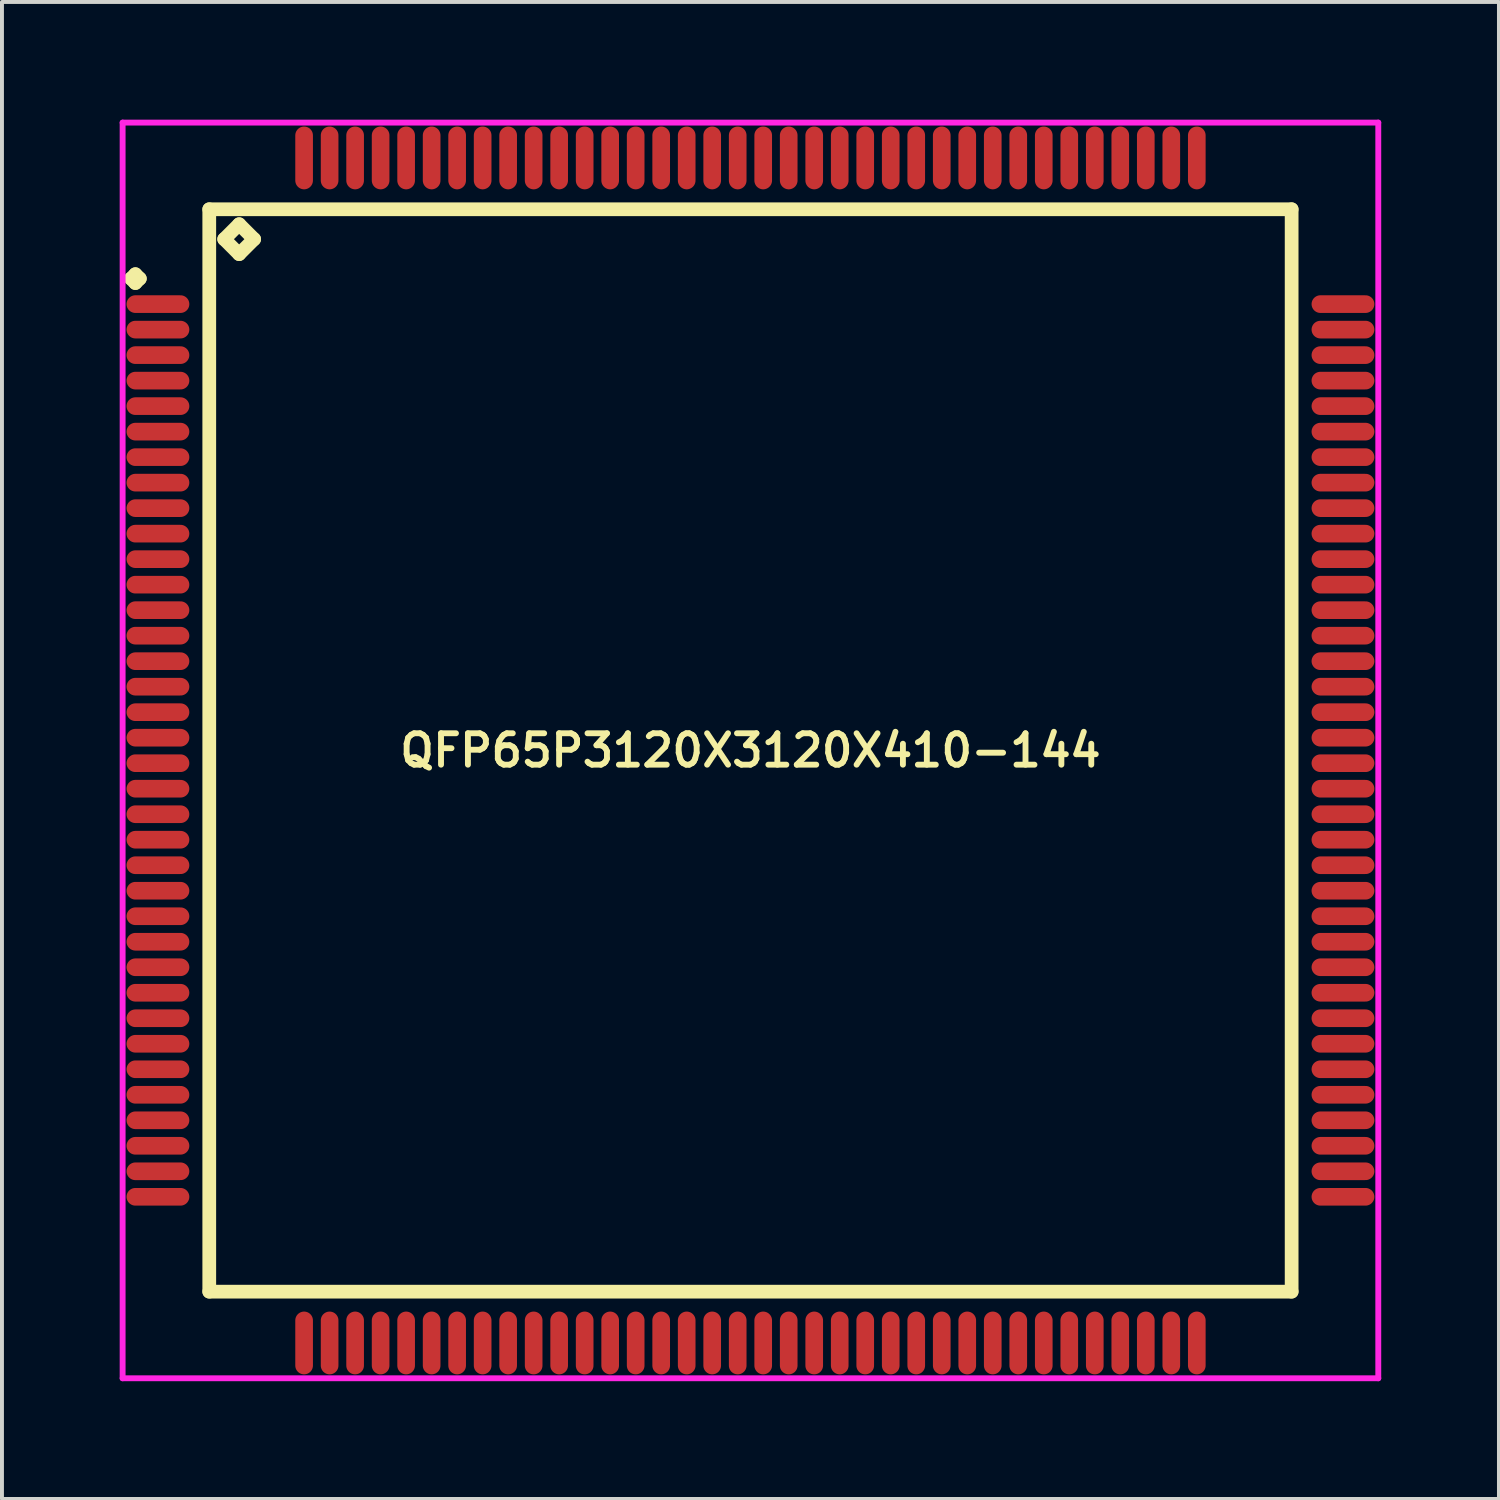
<source format=kicad_pcb>
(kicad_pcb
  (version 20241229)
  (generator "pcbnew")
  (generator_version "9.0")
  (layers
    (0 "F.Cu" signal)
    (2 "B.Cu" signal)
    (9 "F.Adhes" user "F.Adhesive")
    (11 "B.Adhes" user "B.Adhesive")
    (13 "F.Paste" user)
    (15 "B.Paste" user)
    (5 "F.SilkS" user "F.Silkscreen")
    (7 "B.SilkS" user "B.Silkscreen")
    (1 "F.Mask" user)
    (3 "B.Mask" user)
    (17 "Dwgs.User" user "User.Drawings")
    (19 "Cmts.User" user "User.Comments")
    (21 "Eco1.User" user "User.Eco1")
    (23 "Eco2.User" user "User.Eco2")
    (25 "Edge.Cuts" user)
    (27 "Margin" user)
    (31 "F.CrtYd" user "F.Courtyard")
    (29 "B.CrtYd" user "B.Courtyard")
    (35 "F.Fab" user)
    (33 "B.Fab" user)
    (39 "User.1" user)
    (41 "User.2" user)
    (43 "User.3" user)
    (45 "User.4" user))
  (footprint "QFP65P3120X3120X410-144"
    (layer "F.Cu")
    (at 16.075 16.075)
    (property "Reference" "QFP65P3120X3120X410-144" (at 0 0 0) (layer "F.SilkS") (effects (font (size 0.8 0.8) (thickness 0.15))))
    (attr smd)
    (fp_line (start -15.787 -12.025) (end -15.675 -12.137) (stroke (width 0.35) (type solid)) (layer "F.SilkS"))
    (fp_line (start -15.675 -12.137) (end -15.562 -12.025) (stroke (width 0.35) (type solid)) (layer "F.SilkS"))
    (fp_line (start -15.675 -11.912) (end -15.787 -12.025) (stroke (width 0.35) (type solid)) (layer "F.SilkS"))
    (fp_line (start -15.562 -12.025) (end -15.675 -11.912) (stroke (width 0.35) (type solid)) (layer "F.SilkS"))
    (fp_line (start -13.792 -13.792) (end -13.792 13.792) (stroke (width 0.35) (type solid)) (layer "F.SilkS"))
    (fp_line (start -13.792 13.792) (end 13.792 13.792) (stroke (width 0.35) (type solid)) (layer "F.SilkS"))
    (fp_line (start -13.411 -13.03) (end -13.03 -13.411) (stroke (width 0.35) (type solid)) (layer "F.SilkS"))
    (fp_line (start -13.03 -13.411) (end -12.649 -13.03) (stroke (width 0.35) (type solid)) (layer "F.SilkS"))
    (fp_line (start -13.03 -12.649) (end -13.411 -13.03) (stroke (width 0.35) (type solid)) (layer "F.SilkS"))
    (fp_line (start -12.649 -13.03) (end -13.03 -12.649) (stroke (width 0.35) (type solid)) (layer "F.SilkS"))
    (fp_line (start 13.792 -13.792) (end -13.792 -13.792) (stroke (width 0.35) (type solid)) (layer "F.SilkS"))
    (fp_line (start 13.792 13.792) (end 13.792 -13.792) (stroke (width 0.35) (type solid)) (layer "F.SilkS"))
    (fp_line (start -16 -16) (end 16 -16) (stroke (width 0.15) (type solid)) (layer "F.CrtYd"))
    (fp_line (start -16 16) (end -16 -16) (stroke (width 0.15) (type solid)) (layer "F.CrtYd"))
    (fp_line (start 16 -16) (end 16 16) (stroke (width 0.15) (type solid)) (layer "F.CrtYd"))
    (fp_line (start 16 16) (end -16 16) (stroke (width 0.15) (type solid)) (layer "F.CrtYd"))
    (pad "1" smd oval (at -15.1 -11.375) (size 1.6 0.45) (layers "F.Cu" "F.Mask" "F.Paste"))
    (pad "2" smd oval (at -15.1 -10.725) (size 1.6 0.45) (layers "F.Cu" "F.Mask" "F.Paste"))
    (pad "3" smd oval (at -15.1 -10.075) (size 1.6 0.45) (layers "F.Cu" "F.Mask" "F.Paste"))
    (pad "4" smd oval (at -15.1 -9.425) (size 1.6 0.45) (layers "F.Cu" "F.Mask" "F.Paste"))
    (pad "5" smd oval (at -15.1 -8.775) (size 1.6 0.45) (layers "F.Cu" "F.Mask" "F.Paste"))
    (pad "6" smd oval (at -15.1 -8.125) (size 1.6 0.45) (layers "F.Cu" "F.Mask" "F.Paste"))
    (pad "7" smd oval (at -15.1 -7.475) (size 1.6 0.45) (layers "F.Cu" "F.Mask" "F.Paste"))
    (pad "8" smd oval (at -15.1 -6.825) (size 1.6 0.45) (layers "F.Cu" "F.Mask" "F.Paste"))
    (pad "9" smd oval (at -15.1 -6.175) (size 1.6 0.45) (layers "F.Cu" "F.Mask" "F.Paste"))
    (pad "10" smd oval (at -15.1 -5.525) (size 1.6 0.45) (layers "F.Cu" "F.Mask" "F.Paste"))
    (pad "11" smd oval (at -15.1 -4.875) (size 1.6 0.45) (layers "F.Cu" "F.Mask" "F.Paste"))
    (pad "12" smd oval (at -15.1 -4.225) (size 1.6 0.45) (layers "F.Cu" "F.Mask" "F.Paste"))
    (pad "13" smd oval (at -15.1 -3.575) (size 1.6 0.45) (layers "F.Cu" "F.Mask" "F.Paste"))
    (pad "14" smd oval (at -15.1 -2.925) (size 1.6 0.45) (layers "F.Cu" "F.Mask" "F.Paste"))
    (pad "15" smd oval (at -15.1 -2.275) (size 1.6 0.45) (layers "F.Cu" "F.Mask" "F.Paste"))
    (pad "16" smd oval (at -15.1 -1.625) (size 1.6 0.45) (layers "F.Cu" "F.Mask" "F.Paste"))
    (pad "17" smd oval (at -15.1 -0.975) (size 1.6 0.45) (layers "F.Cu" "F.Mask" "F.Paste"))
    (pad "18" smd oval (at -15.1 -0.325) (size 1.6 0.45) (layers "F.Cu" "F.Mask" "F.Paste"))
    (pad "19" smd oval (at -15.1 0.325) (size 1.6 0.45) (layers "F.Cu" "F.Mask" "F.Paste"))
    (pad "20" smd oval (at -15.1 0.975) (size 1.6 0.45) (layers "F.Cu" "F.Mask" "F.Paste"))
    (pad "21" smd oval (at -15.1 1.625) (size 1.6 0.45) (layers "F.Cu" "F.Mask" "F.Paste"))
    (pad "22" smd oval (at -15.1 2.275) (size 1.6 0.45) (layers "F.Cu" "F.Mask" "F.Paste"))
    (pad "23" smd oval (at -15.1 2.925) (size 1.6 0.45) (layers "F.Cu" "F.Mask" "F.Paste"))
    (pad "24" smd oval (at -15.1 3.575) (size 1.6 0.45) (layers "F.Cu" "F.Mask" "F.Paste"))
    (pad "25" smd oval (at -15.1 4.225) (size 1.6 0.45) (layers "F.Cu" "F.Mask" "F.Paste"))
    (pad "26" smd oval (at -15.1 4.875) (size 1.6 0.45) (layers "F.Cu" "F.Mask" "F.Paste"))
    (pad "27" smd oval (at -15.1 5.525) (size 1.6 0.45) (layers "F.Cu" "F.Mask" "F.Paste"))
    (pad "28" smd oval (at -15.1 6.175) (size 1.6 0.45) (layers "F.Cu" "F.Mask" "F.Paste"))
    (pad "29" smd oval (at -15.1 6.825) (size 1.6 0.45) (layers "F.Cu" "F.Mask" "F.Paste"))
    (pad "30" smd oval (at -15.1 7.475) (size 1.6 0.45) (layers "F.Cu" "F.Mask" "F.Paste"))
    (pad "31" smd oval (at -15.1 8.125) (size 1.6 0.45) (layers "F.Cu" "F.Mask" "F.Paste"))
    (pad "32" smd oval (at -15.1 8.775) (size 1.6 0.45) (layers "F.Cu" "F.Mask" "F.Paste"))
    (pad "33" smd oval (at -15.1 9.425) (size 1.6 0.45) (layers "F.Cu" "F.Mask" "F.Paste"))
    (pad "34" smd oval (at -15.1 10.075) (size 1.6 0.45) (layers "F.Cu" "F.Mask" "F.Paste"))
    (pad "35" smd oval (at -15.1 10.725) (size 1.6 0.45) (layers "F.Cu" "F.Mask" "F.Paste"))
    (pad "36" smd oval (at -15.1 11.375) (size 1.6 0.45) (layers "F.Cu" "F.Mask" "F.Paste"))
    (pad "37" smd oval (at -11.375 15.1) (size 0.45 1.6) (layers "F.Cu" "F.Mask" "F.Paste"))
    (pad "38" smd oval (at -10.725 15.1) (size 0.45 1.6) (layers "F.Cu" "F.Mask" "F.Paste"))
    (pad "39" smd oval (at -10.075 15.1) (size 0.45 1.6) (layers "F.Cu" "F.Mask" "F.Paste"))
    (pad "40" smd oval (at -9.425 15.1) (size 0.45 1.6) (layers "F.Cu" "F.Mask" "F.Paste"))
    (pad "41" smd oval (at -8.775 15.1) (size 0.45 1.6) (layers "F.Cu" "F.Mask" "F.Paste"))
    (pad "42" smd oval (at -8.125 15.1) (size 0.45 1.6) (layers "F.Cu" "F.Mask" "F.Paste"))
    (pad "43" smd oval (at -7.475 15.1) (size 0.45 1.6) (layers "F.Cu" "F.Mask" "F.Paste"))
    (pad "44" smd oval (at -6.825 15.1) (size 0.45 1.6) (layers "F.Cu" "F.Mask" "F.Paste"))
    (pad "45" smd oval (at -6.175 15.1) (size 0.45 1.6) (layers "F.Cu" "F.Mask" "F.Paste"))
    (pad "46" smd oval (at -5.525 15.1) (size 0.45 1.6) (layers "F.Cu" "F.Mask" "F.Paste"))
    (pad "47" smd oval (at -4.875 15.1) (size 0.45 1.6) (layers "F.Cu" "F.Mask" "F.Paste"))
    (pad "48" smd oval (at -4.225 15.1) (size 0.45 1.6) (layers "F.Cu" "F.Mask" "F.Paste"))
    (pad "49" smd oval (at -3.575 15.1) (size 0.45 1.6) (layers "F.Cu" "F.Mask" "F.Paste"))
    (pad "50" smd oval (at -2.925 15.1) (size 0.45 1.6) (layers "F.Cu" "F.Mask" "F.Paste"))
    (pad "51" smd oval (at -2.275 15.1) (size 0.45 1.6) (layers "F.Cu" "F.Mask" "F.Paste"))
    (pad "52" smd oval (at -1.625 15.1) (size 0.45 1.6) (layers "F.Cu" "F.Mask" "F.Paste"))
    (pad "53" smd oval (at -0.975 15.1) (size 0.45 1.6) (layers "F.Cu" "F.Mask" "F.Paste"))
    (pad "54" smd oval (at -0.325 15.1) (size 0.45 1.6) (layers "F.Cu" "F.Mask" "F.Paste"))
    (pad "55" smd oval (at 0.325 15.1) (size 0.45 1.6) (layers "F.Cu" "F.Mask" "F.Paste"))
    (pad "56" smd oval (at 0.975 15.1) (size 0.45 1.6) (layers "F.Cu" "F.Mask" "F.Paste"))
    (pad "57" smd oval (at 1.625 15.1) (size 0.45 1.6) (layers "F.Cu" "F.Mask" "F.Paste"))
    (pad "58" smd oval (at 2.275 15.1) (size 0.45 1.6) (layers "F.Cu" "F.Mask" "F.Paste"))
    (pad "59" smd oval (at 2.925 15.1) (size 0.45 1.6) (layers "F.Cu" "F.Mask" "F.Paste"))
    (pad "60" smd oval (at 3.575 15.1) (size 0.45 1.6) (layers "F.Cu" "F.Mask" "F.Paste"))
    (pad "61" smd oval (at 4.225 15.1) (size 0.45 1.6) (layers "F.Cu" "F.Mask" "F.Paste"))
    (pad "62" smd oval (at 4.875 15.1) (size 0.45 1.6) (layers "F.Cu" "F.Mask" "F.Paste"))
    (pad "63" smd oval (at 5.525 15.1) (size 0.45 1.6) (layers "F.Cu" "F.Mask" "F.Paste"))
    (pad "64" smd oval (at 6.175 15.1) (size 0.45 1.6) (layers "F.Cu" "F.Mask" "F.Paste"))
    (pad "65" smd oval (at 6.825 15.1) (size 0.45 1.6) (layers "F.Cu" "F.Mask" "F.Paste"))
    (pad "66" smd oval (at 7.475 15.1) (size 0.45 1.6) (layers "F.Cu" "F.Mask" "F.Paste"))
    (pad "67" smd oval (at 8.125 15.1) (size 0.45 1.6) (layers "F.Cu" "F.Mask" "F.Paste"))
    (pad "68" smd oval (at 8.775 15.1) (size 0.45 1.6) (layers "F.Cu" "F.Mask" "F.Paste"))
    (pad "69" smd oval (at 9.425 15.1) (size 0.45 1.6) (layers "F.Cu" "F.Mask" "F.Paste"))
    (pad "70" smd oval (at 10.075 15.1) (size 0.45 1.6) (layers "F.Cu" "F.Mask" "F.Paste"))
    (pad "71" smd oval (at 10.725 15.1) (size 0.45 1.6) (layers "F.Cu" "F.Mask" "F.Paste"))
    (pad "72" smd oval (at 11.375 15.1) (size 0.45 1.6) (layers "F.Cu" "F.Mask" "F.Paste"))
    (pad "73" smd oval (at 15.1 11.375) (size 1.6 0.45) (layers "F.Cu" "F.Mask" "F.Paste"))
    (pad "74" smd oval (at 15.1 10.725) (size 1.6 0.45) (layers "F.Cu" "F.Mask" "F.Paste"))
    (pad "75" smd oval (at 15.1 10.075) (size 1.6 0.45) (layers "F.Cu" "F.Mask" "F.Paste"))
    (pad "76" smd oval (at 15.1 9.425) (size 1.6 0.45) (layers "F.Cu" "F.Mask" "F.Paste"))
    (pad "77" smd oval (at 15.1 8.775) (size 1.6 0.45) (layers "F.Cu" "F.Mask" "F.Paste"))
    (pad "78" smd oval (at 15.1 8.125) (size 1.6 0.45) (layers "F.Cu" "F.Mask" "F.Paste"))
    (pad "79" smd oval (at 15.1 7.475) (size 1.6 0.45) (layers "F.Cu" "F.Mask" "F.Paste"))
    (pad "80" smd oval (at 15.1 6.825) (size 1.6 0.45) (layers "F.Cu" "F.Mask" "F.Paste"))
    (pad "81" smd oval (at 15.1 6.175) (size 1.6 0.45) (layers "F.Cu" "F.Mask" "F.Paste"))
    (pad "82" smd oval (at 15.1 5.525) (size 1.6 0.45) (layers "F.Cu" "F.Mask" "F.Paste"))
    (pad "83" smd oval (at 15.1 4.875) (size 1.6 0.45) (layers "F.Cu" "F.Mask" "F.Paste"))
    (pad "84" smd oval (at 15.1 4.225) (size 1.6 0.45) (layers "F.Cu" "F.Mask" "F.Paste"))
    (pad "85" smd oval (at 15.1 3.575) (size 1.6 0.45) (layers "F.Cu" "F.Mask" "F.Paste"))
    (pad "86" smd oval (at 15.1 2.925) (size 1.6 0.45) (layers "F.Cu" "F.Mask" "F.Paste"))
    (pad "87" smd oval (at 15.1 2.275) (size 1.6 0.45) (layers "F.Cu" "F.Mask" "F.Paste"))
    (pad "88" smd oval (at 15.1 1.625) (size 1.6 0.45) (layers "F.Cu" "F.Mask" "F.Paste"))
    (pad "89" smd oval (at 15.1 0.975) (size 1.6 0.45) (layers "F.Cu" "F.Mask" "F.Paste"))
    (pad "90" smd oval (at 15.1 0.325) (size 1.6 0.45) (layers "F.Cu" "F.Mask" "F.Paste"))
    (pad "91" smd oval (at 15.1 -0.325) (size 1.6 0.45) (layers "F.Cu" "F.Mask" "F.Paste"))
    (pad "92" smd oval (at 15.1 -0.975) (size 1.6 0.45) (layers "F.Cu" "F.Mask" "F.Paste"))
    (pad "93" smd oval (at 15.1 -1.625) (size 1.6 0.45) (layers "F.Cu" "F.Mask" "F.Paste"))
    (pad "94" smd oval (at 15.1 -2.275) (size 1.6 0.45) (layers "F.Cu" "F.Mask" "F.Paste"))
    (pad "95" smd oval (at 15.1 -2.925) (size 1.6 0.45) (layers "F.Cu" "F.Mask" "F.Paste"))
    (pad "96" smd oval (at 15.1 -3.575) (size 1.6 0.45) (layers "F.Cu" "F.Mask" "F.Paste"))
    (pad "97" smd oval (at 15.1 -4.225) (size 1.6 0.45) (layers "F.Cu" "F.Mask" "F.Paste"))
    (pad "98" smd oval (at 15.1 -4.875) (size 1.6 0.45) (layers "F.Cu" "F.Mask" "F.Paste"))
    (pad "99" smd oval (at 15.1 -5.525) (size 1.6 0.45) (layers "F.Cu" "F.Mask" "F.Paste"))
    (pad "100" smd oval (at 15.1 -6.175) (size 1.6 0.45) (layers "F.Cu" "F.Mask" "F.Paste"))
    (pad "101" smd oval (at 15.1 -6.825) (size 1.6 0.45) (layers "F.Cu" "F.Mask" "F.Paste"))
    (pad "102" smd oval (at 15.1 -7.475) (size 1.6 0.45) (layers "F.Cu" "F.Mask" "F.Paste"))
    (pad "103" smd oval (at 15.1 -8.125) (size 1.6 0.45) (layers "F.Cu" "F.Mask" "F.Paste"))
    (pad "104" smd oval (at 15.1 -8.775) (size 1.6 0.45) (layers "F.Cu" "F.Mask" "F.Paste"))
    (pad "105" smd oval (at 15.1 -9.425) (size 1.6 0.45) (layers "F.Cu" "F.Mask" "F.Paste"))
    (pad "106" smd oval (at 15.1 -10.075) (size 1.6 0.45) (layers "F.Cu" "F.Mask" "F.Paste"))
    (pad "107" smd oval (at 15.1 -10.725) (size 1.6 0.45) (layers "F.Cu" "F.Mask" "F.Paste"))
    (pad "108" smd oval (at 15.1 -11.375) (size 1.6 0.45) (layers "F.Cu" "F.Mask" "F.Paste"))
    (pad "109" smd oval (at 11.375 -15.1) (size 0.45 1.6) (layers "F.Cu" "F.Mask" "F.Paste"))
    (pad "110" smd oval (at 10.725 -15.1) (size 0.45 1.6) (layers "F.Cu" "F.Mask" "F.Paste"))
    (pad "111" smd oval (at 10.075 -15.1) (size 0.45 1.6) (layers "F.Cu" "F.Mask" "F.Paste"))
    (pad "112" smd oval (at 9.425 -15.1) (size 0.45 1.6) (layers "F.Cu" "F.Mask" "F.Paste"))
    (pad "113" smd oval (at 8.775 -15.1) (size 0.45 1.6) (layers "F.Cu" "F.Mask" "F.Paste"))
    (pad "114" smd oval (at 8.125 -15.1) (size 0.45 1.6) (layers "F.Cu" "F.Mask" "F.Paste"))
    (pad "115" smd oval (at 7.475 -15.1) (size 0.45 1.6) (layers "F.Cu" "F.Mask" "F.Paste"))
    (pad "116" smd oval (at 6.825 -15.1) (size 0.45 1.6) (layers "F.Cu" "F.Mask" "F.Paste"))
    (pad "117" smd oval (at 6.175 -15.1) (size 0.45 1.6) (layers "F.Cu" "F.Mask" "F.Paste"))
    (pad "118" smd oval (at 5.525 -15.1) (size 0.45 1.6) (layers "F.Cu" "F.Mask" "F.Paste"))
    (pad "119" smd oval (at 4.875 -15.1) (size 0.45 1.6) (layers "F.Cu" "F.Mask" "F.Paste"))
    (pad "120" smd oval (at 4.225 -15.1) (size 0.45 1.6) (layers "F.Cu" "F.Mask" "F.Paste"))
    (pad "121" smd oval (at 3.575 -15.1) (size 0.45 1.6) (layers "F.Cu" "F.Mask" "F.Paste"))
    (pad "122" smd oval (at 2.925 -15.1) (size 0.45 1.6) (layers "F.Cu" "F.Mask" "F.Paste"))
    (pad "123" smd oval (at 2.275 -15.1) (size 0.45 1.6) (layers "F.Cu" "F.Mask" "F.Paste"))
    (pad "124" smd oval (at 1.625 -15.1) (size 0.45 1.6) (layers "F.Cu" "F.Mask" "F.Paste"))
    (pad "125" smd oval (at 0.975 -15.1) (size 0.45 1.6) (layers "F.Cu" "F.Mask" "F.Paste"))
    (pad "126" smd oval (at 0.325 -15.1) (size 0.45 1.6) (layers "F.Cu" "F.Mask" "F.Paste"))
    (pad "127" smd oval (at -0.325 -15.1) (size 0.45 1.6) (layers "F.Cu" "F.Mask" "F.Paste"))
    (pad "128" smd oval (at -0.975 -15.1) (size 0.45 1.6) (layers "F.Cu" "F.Mask" "F.Paste"))
    (pad "129" smd oval (at -1.625 -15.1) (size 0.45 1.6) (layers "F.Cu" "F.Mask" "F.Paste"))
    (pad "130" smd oval (at -2.275 -15.1) (size 0.45 1.6) (layers "F.Cu" "F.Mask" "F.Paste"))
    (pad "131" smd oval (at -2.925 -15.1) (size 0.45 1.6) (layers "F.Cu" "F.Mask" "F.Paste"))
    (pad "132" smd oval (at -3.575 -15.1) (size 0.45 1.6) (layers "F.Cu" "F.Mask" "F.Paste"))
    (pad "133" smd oval (at -4.225 -15.1) (size 0.45 1.6) (layers "F.Cu" "F.Mask" "F.Paste"))
    (pad "134" smd oval (at -4.875 -15.1) (size 0.45 1.6) (layers "F.Cu" "F.Mask" "F.Paste"))
    (pad "135" smd oval (at -5.525 -15.1) (size 0.45 1.6) (layers "F.Cu" "F.Mask" "F.Paste"))
    (pad "136" smd oval (at -6.175 -15.1) (size 0.45 1.6) (layers "F.Cu" "F.Mask" "F.Paste"))
    (pad "137" smd oval (at -6.825 -15.1) (size 0.45 1.6) (layers "F.Cu" "F.Mask" "F.Paste"))
    (pad "138" smd oval (at -7.475 -15.1) (size 0.45 1.6) (layers "F.Cu" "F.Mask" "F.Paste"))
    (pad "139" smd oval (at -8.125 -15.1) (size 0.45 1.6) (layers "F.Cu" "F.Mask" "F.Paste"))
    (pad "140" smd oval (at -8.775 -15.1) (size 0.45 1.6) (layers "F.Cu" "F.Mask" "F.Paste"))
    (pad "141" smd oval (at -9.425 -15.1) (size 0.45 1.6) (layers "F.Cu" "F.Mask" "F.Paste"))
    (pad "142" smd oval (at -10.075 -15.1) (size 0.45 1.6) (layers "F.Cu" "F.Mask" "F.Paste"))
    (pad "143" smd oval (at -10.725 -15.1) (size 0.45 1.6) (layers "F.Cu" "F.Mask" "F.Paste"))
    (pad "144" smd oval (at -11.375 -15.1) (size 0.45 1.6) (layers "F.Cu" "F.Mask" "F.Paste")))
  (gr_rect
    (start -3 -3)
    (end 35.15 35.15)
    (stroke (width 0.1) (type default))
    (fill no)
    (layer "Edge.Cuts")))
</source>
